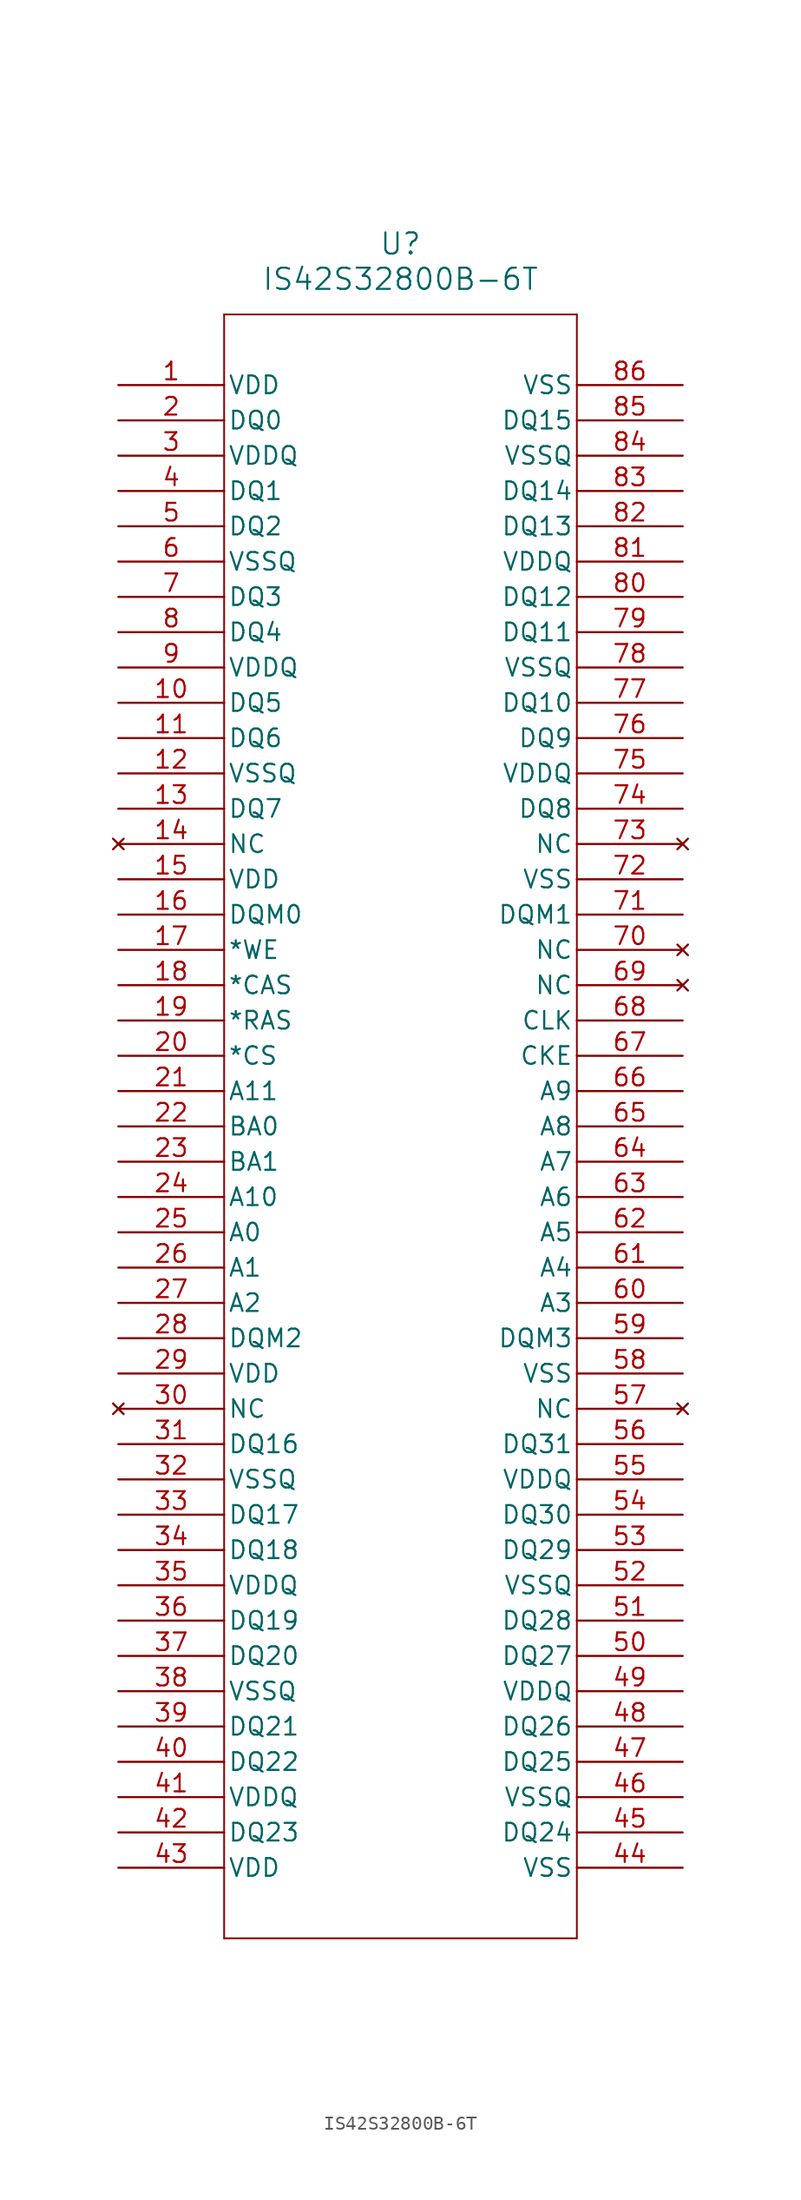
<source format=kicad_sym>
(kicad_symbol_lib
  (version 20211014)
  (generator kicad_symbol_editor)
  (symbol "IS42S32800B-6T"
    (pin_names
      (offset 0.254))
    (property "Reference" "U"
      (at 20.32 10.16 0)
      (effects (font (size 1.524 1.524))))
    (property "Value" "IS42S32800B-6T"
      (at 20.32 7.62 0)
      (effects (font (size 1.524 1.524))))
    (symbol "IS42S32800B-6T_0_1"
      (polyline (pts (xy 7.62 5.08) (xy 7.62 -111.76)) (stroke (width 0.127) (type default) (color 0 0 0 0)) (fill (type none)))
      (polyline (pts (xy 7.62 -111.76) (xy 33.02 -111.76)) (stroke (width 0.127) (type default) (color 0 0 0 0)) (fill (type none)))
      (polyline (pts (xy 33.02 -111.76) (xy 33.02 5.08)) (stroke (width 0.127) (type default) (color 0 0 0 0)) (fill (type none)))
      (polyline (pts (xy 33.02 5.08) (xy 7.62 5.08)) (stroke (width 0.127) (type default) (color 0 0 0 0)) (fill (type none)))
      (pin power_in line (at 0 0 0) (length 7.62) (name "VDD" (effects (font (size 1.27 1.27)))) (number "1" (effects (font (size 1.27 1.27)))))
      (pin bidirectional line (at 0 -2.54 0) (length 7.62) (name "DQ0" (effects (font (size 1.27 1.27)))) (number "2" (effects (font (size 1.27 1.27)))))
      (pin power_in line (at 0 -5.08 0) (length 7.62) (name "VDDQ" (effects (font (size 1.27 1.27)))) (number "3" (effects (font (size 1.27 1.27)))))
      (pin bidirectional line (at 0 -7.62 0) (length 7.62) (name "DQ1" (effects (font (size 1.27 1.27)))) (number "4" (effects (font (size 1.27 1.27)))))
      (pin bidirectional line (at 0 -10.16 0) (length 7.62) (name "DQ2" (effects (font (size 1.27 1.27)))) (number "5" (effects (font (size 1.27 1.27)))))
      (pin power_in line (at 0 -12.7 0) (length 7.62) (name "VSSQ" (effects (font (size 1.27 1.27)))) (number "6" (effects (font (size 1.27 1.27)))))
      (pin bidirectional line (at 0 -15.24 0) (length 7.62) (name "DQ3" (effects (font (size 1.27 1.27)))) (number "7" (effects (font (size 1.27 1.27)))))
      (pin bidirectional line (at 0 -17.78 0) (length 7.62) (name "DQ4" (effects (font (size 1.27 1.27)))) (number "8" (effects (font (size 1.27 1.27)))))
      (pin power_in line (at 0 -20.32 0) (length 7.62) (name "VDDQ" (effects (font (size 1.27 1.27)))) (number "9" (effects (font (size 1.27 1.27)))))
      (pin bidirectional line (at 0 -22.86 0) (length 7.62) (name "DQ5" (effects (font (size 1.27 1.27)))) (number "10" (effects (font (size 1.27 1.27)))))
      (pin bidirectional line (at 0 -25.4 0) (length 7.62) (name "DQ6" (effects (font (size 1.27 1.27)))) (number "11" (effects (font (size 1.27 1.27)))))
      (pin power_in line (at 0 -27.94 0) (length 7.62) (name "VSSQ" (effects (font (size 1.27 1.27)))) (number "12" (effects (font (size 1.27 1.27)))))
      (pin bidirectional line (at 0 -30.48 0) (length 7.62) (name "DQ7" (effects (font (size 1.27 1.27)))) (number "13" (effects (font (size 1.27 1.27)))))
      (pin no_connect line (at 0 -33.02 0) (length 7.62) (name "NC" (effects (font (size 1.27 1.27)))) (number "14" (effects (font (size 1.27 1.27)))))
      (pin power_in line (at 0 -35.56 0) (length 7.62) (name "VDD" (effects (font (size 1.27 1.27)))) (number "15" (effects (font (size 1.27 1.27)))))
      (pin bidirectional line (at 0 -38.1 0) (length 7.62) (name "DQM0" (effects (font (size 1.27 1.27)))) (number "16" (effects (font (size 1.27 1.27)))))
      (pin unspecified line (at 0 -40.64 0) (length 7.62) (name "*WE" (effects (font (size 1.27 1.27)))) (number "17" (effects (font (size 1.27 1.27)))))
      (pin unspecified line (at 0 -43.18 0) (length 7.62) (name "*CAS" (effects (font (size 1.27 1.27)))) (number "18" (effects (font (size 1.27 1.27)))))
      (pin unspecified line (at 0 -45.72 0) (length 7.62) (name "*RAS" (effects (font (size 1.27 1.27)))) (number "19" (effects (font (size 1.27 1.27)))))
      (pin unspecified line (at 0 -48.26 0) (length 7.62) (name "*CS" (effects (font (size 1.27 1.27)))) (number "20" (effects (font (size 1.27 1.27)))))
      (pin input line (at 0 -50.8 0) (length 7.62) (name "A11" (effects (font (size 1.27 1.27)))) (number "21" (effects (font (size 1.27 1.27)))))
      (pin unspecified line (at 0 -53.34 0) (length 7.62) (name "BA0" (effects (font (size 1.27 1.27)))) (number "22" (effects (font (size 1.27 1.27)))))
      (pin unspecified line (at 0 -55.88 0) (length 7.62) (name "BA1" (effects (font (size 1.27 1.27)))) (number "23" (effects (font (size 1.27 1.27)))))
      (pin input line (at 0 -58.42 0) (length 7.62) (name "A10" (effects (font (size 1.27 1.27)))) (number "24" (effects (font (size 1.27 1.27)))))
      (pin input line (at 0 -60.96 0) (length 7.62) (name "A0" (effects (font (size 1.27 1.27)))) (number "25" (effects (font (size 1.27 1.27)))))
      (pin input line (at 0 -63.5 0) (length 7.62) (name "A1" (effects (font (size 1.27 1.27)))) (number "26" (effects (font (size 1.27 1.27)))))
      (pin input line (at 0 -66.04 0) (length 7.62) (name "A2" (effects (font (size 1.27 1.27)))) (number "27" (effects (font (size 1.27 1.27)))))
      (pin bidirectional line (at 0 -68.58 0) (length 7.62) (name "DQM2" (effects (font (size 1.27 1.27)))) (number "28" (effects (font (size 1.27 1.27)))))
      (pin power_in line (at 0 -71.12 0) (length 7.62) (name "VDD" (effects (font (size 1.27 1.27)))) (number "29" (effects (font (size 1.27 1.27)))))
      (pin no_connect line (at 0 -73.66 0) (length 7.62) (name "NC" (effects (font (size 1.27 1.27)))) (number "30" (effects (font (size 1.27 1.27)))))
      (pin bidirectional line (at 0 -76.2 0) (length 7.62) (name "DQ16" (effects (font (size 1.27 1.27)))) (number "31" (effects (font (size 1.27 1.27)))))
      (pin power_in line (at 0 -78.74 0) (length 7.62) (name "VSSQ" (effects (font (size 1.27 1.27)))) (number "32" (effects (font (size 1.27 1.27)))))
      (pin bidirectional line (at 0 -81.28 0) (length 7.62) (name "DQ17" (effects (font (size 1.27 1.27)))) (number "33" (effects (font (size 1.27 1.27)))))
      (pin bidirectional line (at 0 -83.82 0) (length 7.62) (name "DQ18" (effects (font (size 1.27 1.27)))) (number "34" (effects (font (size 1.27 1.27)))))
      (pin power_in line (at 0 -86.36 0) (length 7.62) (name "VDDQ" (effects (font (size 1.27 1.27)))) (number "35" (effects (font (size 1.27 1.27)))))
      (pin bidirectional line (at 0 -88.9 0) (length 7.62) (name "DQ19" (effects (font (size 1.27 1.27)))) (number "36" (effects (font (size 1.27 1.27)))))
      (pin bidirectional line (at 0 -91.44 0) (length 7.62) (name "DQ20" (effects (font (size 1.27 1.27)))) (number "37" (effects (font (size 1.27 1.27)))))
      (pin power_in line (at 0 -93.98 0) (length 7.62) (name "VSSQ" (effects (font (size 1.27 1.27)))) (number "38" (effects (font (size 1.27 1.27)))))
      (pin bidirectional line (at 0 -96.52 0) (length 7.62) (name "DQ21" (effects (font (size 1.27 1.27)))) (number "39" (effects (font (size 1.27 1.27)))))
      (pin bidirectional line (at 0 -99.06 0) (length 7.62) (name "DQ22" (effects (font (size 1.27 1.27)))) (number "40" (effects (font (size 1.27 1.27)))))
      (pin power_in line (at 0 -101.6 0) (length 7.62) (name "VDDQ" (effects (font (size 1.27 1.27)))) (number "41" (effects (font (size 1.27 1.27)))))
      (pin bidirectional line (at 0 -104.14 0) (length 7.62) (name "DQ23" (effects (font (size 1.27 1.27)))) (number "42" (effects (font (size 1.27 1.27)))))
      (pin power_in line (at 0 -106.68 0) (length 7.62) (name "VDD" (effects (font (size 1.27 1.27)))) (number "43" (effects (font (size 1.27 1.27)))))
      (pin power_in line (at 40.64 -106.68 180) (length 7.62) (name "VSS" (effects (font (size 1.27 1.27)))) (number "44" (effects (font (size 1.27 1.27)))))
      (pin bidirectional line (at 40.64 -104.14 180) (length 7.62) (name "DQ24" (effects (font (size 1.27 1.27)))) (number "45" (effects (font (size 1.27 1.27)))))
      (pin power_in line (at 40.64 -101.6 180) (length 7.62) (name "VSSQ" (effects (font (size 1.27 1.27)))) (number "46" (effects (font (size 1.27 1.27)))))
      (pin bidirectional line (at 40.64 -99.06 180) (length 7.62) (name "DQ25" (effects (font (size 1.27 1.27)))) (number "47" (effects (font (size 1.27 1.27)))))
      (pin bidirectional line (at 40.64 -96.52 180) (length 7.62) (name "DQ26" (effects (font (size 1.27 1.27)))) (number "48" (effects (font (size 1.27 1.27)))))
      (pin power_in line (at 40.64 -93.98 180) (length 7.62) (name "VDDQ" (effects (font (size 1.27 1.27)))) (number "49" (effects (font (size 1.27 1.27)))))
      (pin bidirectional line (at 40.64 -91.44 180) (length 7.62) (name "DQ27" (effects (font (size 1.27 1.27)))) (number "50" (effects (font (size 1.27 1.27)))))
      (pin bidirectional line (at 40.64 -88.9 180) (length 7.62) (name "DQ28" (effects (font (size 1.27 1.27)))) (number "51" (effects (font (size 1.27 1.27)))))
      (pin power_in line (at 40.64 -86.36 180) (length 7.62) (name "VSSQ" (effects (font (size 1.27 1.27)))) (number "52" (effects (font (size 1.27 1.27)))))
      (pin bidirectional line (at 40.64 -83.82 180) (length 7.62) (name "DQ29" (effects (font (size 1.27 1.27)))) (number "53" (effects (font (size 1.27 1.27)))))
      (pin bidirectional line (at 40.64 -81.28 180) (length 7.62) (name "DQ30" (effects (font (size 1.27 1.27)))) (number "54" (effects (font (size 1.27 1.27)))))
      (pin power_in line (at 40.64 -78.74 180) (length 7.62) (name "VDDQ" (effects (font (size 1.27 1.27)))) (number "55" (effects (font (size 1.27 1.27)))))
      (pin bidirectional line (at 40.64 -76.2 180) (length 7.62) (name "DQ31" (effects (font (size 1.27 1.27)))) (number "56" (effects (font (size 1.27 1.27)))))
      (pin no_connect line (at 40.64 -73.66 180) (length 7.62) (name "NC" (effects (font (size 1.27 1.27)))) (number "57" (effects (font (size 1.27 1.27)))))
      (pin power_in line (at 40.64 -71.12 180) (length 7.62) (name "VSS" (effects (font (size 1.27 1.27)))) (number "58" (effects (font (size 1.27 1.27)))))
      (pin bidirectional line (at 40.64 -68.58 180) (length 7.62) (name "DQM3" (effects (font (size 1.27 1.27)))) (number "59" (effects (font (size 1.27 1.27)))))
      (pin input line (at 40.64 -66.04 180) (length 7.62) (name "A3" (effects (font (size 1.27 1.27)))) (number "60" (effects (font (size 1.27 1.27)))))
      (pin input line (at 40.64 -63.5 180) (length 7.62) (name "A4" (effects (font (size 1.27 1.27)))) (number "61" (effects (font (size 1.27 1.27)))))
      (pin input line (at 40.64 -60.96 180) (length 7.62) (name "A5" (effects (font (size 1.27 1.27)))) (number "62" (effects (font (size 1.27 1.27)))))
      (pin input line (at 40.64 -58.42 180) (length 7.62) (name "A6" (effects (font (size 1.27 1.27)))) (number "63" (effects (font (size 1.27 1.27)))))
      (pin input line (at 40.64 -55.88 180) (length 7.62) (name "A7" (effects (font (size 1.27 1.27)))) (number "64" (effects (font (size 1.27 1.27)))))
      (pin input line (at 40.64 -53.34 180) (length 7.62) (name "A8" (effects (font (size 1.27 1.27)))) (number "65" (effects (font (size 1.27 1.27)))))
      (pin input line (at 40.64 -50.8 180) (length 7.62) (name "A9" (effects (font (size 1.27 1.27)))) (number "66" (effects (font (size 1.27 1.27)))))
      (pin unspecified line (at 40.64 -48.26 180) (length 7.62) (name "CKE" (effects (font (size 1.27 1.27)))) (number "67" (effects (font (size 1.27 1.27)))))
      (pin input line (at 40.64 -45.72 180) (length 7.62) (name "CLK" (effects (font (size 1.27 1.27)))) (number "68" (effects (font (size 1.27 1.27)))))
      (pin no_connect line (at 40.64 -43.18 180) (length 7.62) (name "NC" (effects (font (size 1.27 1.27)))) (number "69" (effects (font (size 1.27 1.27)))))
      (pin no_connect line (at 40.64 -40.64 180) (length 7.62) (name "NC" (effects (font (size 1.27 1.27)))) (number "70" (effects (font (size 1.27 1.27)))))
      (pin bidirectional line (at 40.64 -38.1 180) (length 7.62) (name "DQM1" (effects (font (size 1.27 1.27)))) (number "71" (effects (font (size 1.27 1.27)))))
      (pin power_in line (at 40.64 -35.56 180) (length 7.62) (name "VSS" (effects (font (size 1.27 1.27)))) (number "72" (effects (font (size 1.27 1.27)))))
      (pin no_connect line (at 40.64 -33.02 180) (length 7.62) (name "NC" (effects (font (size 1.27 1.27)))) (number "73" (effects (font (size 1.27 1.27)))))
      (pin bidirectional line (at 40.64 -30.48 180) (length 7.62) (name "DQ8" (effects (font (size 1.27 1.27)))) (number "74" (effects (font (size 1.27 1.27)))))
      (pin power_in line (at 40.64 -27.94 180) (length 7.62) (name "VDDQ" (effects (font (size 1.27 1.27)))) (number "75" (effects (font (size 1.27 1.27)))))
      (pin bidirectional line (at 40.64 -25.4 180) (length 7.62) (name "DQ9" (effects (font (size 1.27 1.27)))) (number "76" (effects (font (size 1.27 1.27)))))
      (pin bidirectional line (at 40.64 -22.86 180) (length 7.62) (name "DQ10" (effects (font (size 1.27 1.27)))) (number "77" (effects (font (size 1.27 1.27)))))
      (pin power_in line (at 40.64 -20.32 180) (length 7.62) (name "VSSQ" (effects (font (size 1.27 1.27)))) (number "78" (effects (font (size 1.27 1.27)))))
      (pin bidirectional line (at 40.64 -17.78 180) (length 7.62) (name "DQ11" (effects (font (size 1.27 1.27)))) (number "79" (effects (font (size 1.27 1.27)))))
      (pin bidirectional line (at 40.64 -15.24 180) (length 7.62) (name "DQ12" (effects (font (size 1.27 1.27)))) (number "80" (effects (font (size 1.27 1.27)))))
      (pin power_in line (at 40.64 -12.7 180) (length 7.62) (name "VDDQ" (effects (font (size 1.27 1.27)))) (number "81" (effects (font (size 1.27 1.27)))))
      (pin bidirectional line (at 40.64 -10.16 180) (length 7.62) (name "DQ13" (effects (font (size 1.27 1.27)))) (number "82" (effects (font (size 1.27 1.27)))))
      (pin bidirectional line (at 40.64 -7.62 180) (length 7.62) (name "DQ14" (effects (font (size 1.27 1.27)))) (number "83" (effects (font (size 1.27 1.27)))))
      (pin power_in line (at 40.64 -5.08 180) (length 7.62) (name "VSSQ" (effects (font (size 1.27 1.27)))) (number "84" (effects (font (size 1.27 1.27)))))
      (pin bidirectional line (at 40.64 -2.54 180) (length 7.62) (name "DQ15" (effects (font (size 1.27 1.27)))) (number "85" (effects (font (size 1.27 1.27)))))
      (pin power_in line (at 40.64 0 180) (length 7.62) (name "VSS" (effects (font (size 1.27 1.27)))) (number "86" (effects (font (size 1.27 1.27))))))))
</source>
